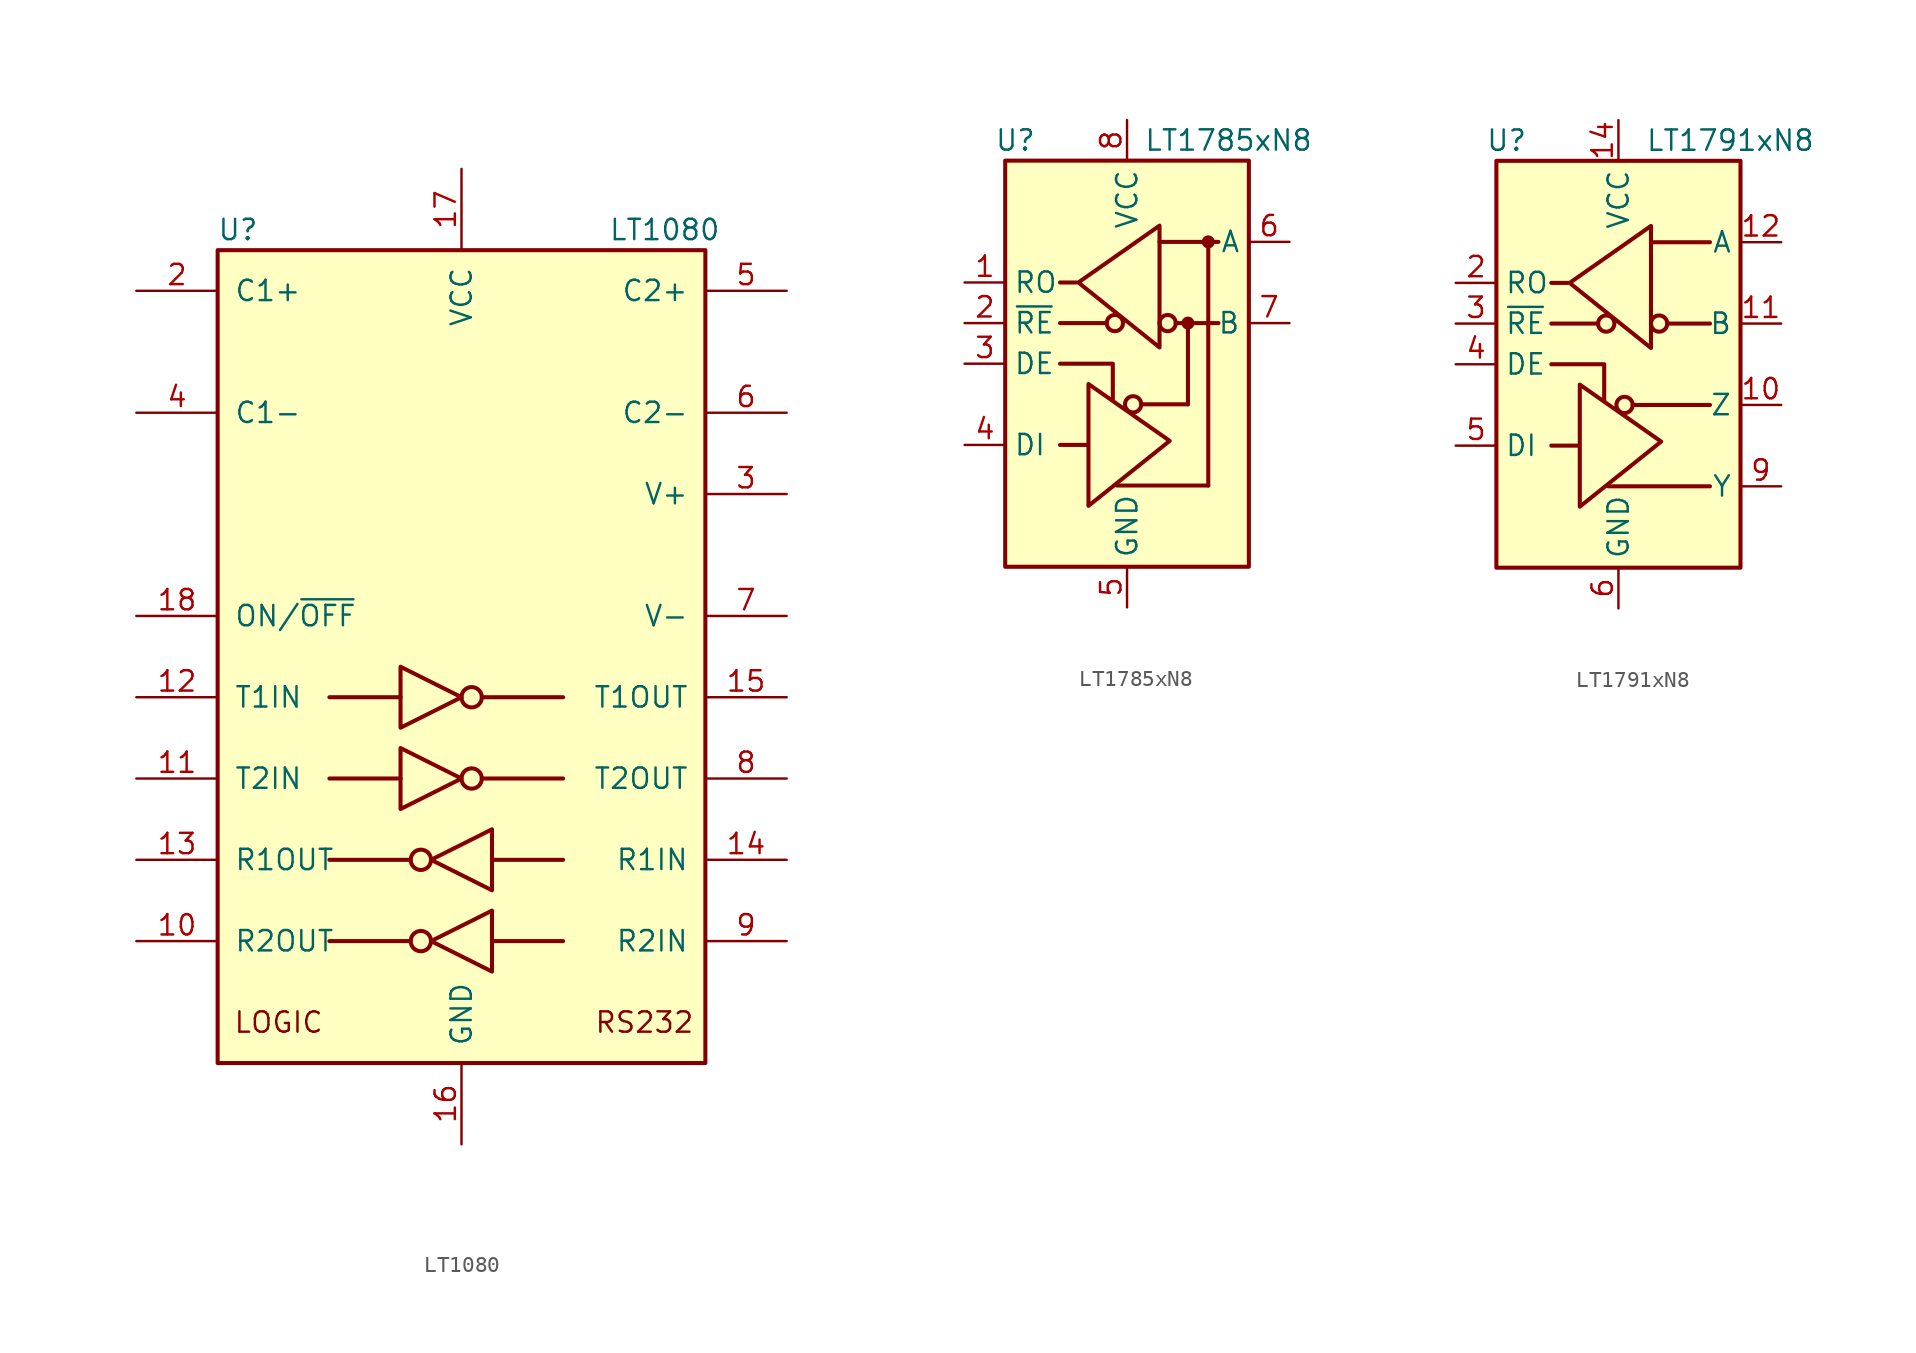
<source format=kicad_sym>
(kicad_symbol_lib
  (version 20201005)
  (generator kicad_symbol_editor)
  (symbol "Interface_UART:LT1080"
    (pin_names
      (offset 1.016))
    (property "Reference" "U"
      (at -13.97 26.67 0)
      (effects (font (size 1.27 1.27))))
    (property "Value" "LT1080"
      (at 12.7 26.67 0)
      (effects (font (size 1.27 1.27))))
    (symbol "LT1080_0_0"
      (text "LOGIC" (at -11.43 -22.86 0) (effects (font (size 1.27 1.27))))
      (text "RS232" (at 11.43 -22.86 0) (effects (font (size 1.27 1.27)))))
    (symbol "LT1080_0_1"
      (circle (center -2.54 -17.78) (radius 0.635) (stroke (width 0.254)) (fill (type none)))
      (circle (center -2.54 -12.7) (radius 0.635) (stroke (width 0.254)) (fill (type none)))
      (circle (center 0.635 -7.62) (radius 0.635) (stroke (width 0.254)) (fill (type none)))
      (circle (center 0.635 -2.54) (radius 0.635) (stroke (width 0.254)) (fill (type none)))
      (rectangle (start -15.24 -25.4) (end 15.24 25.4) (stroke (width 0.254)) (fill (type background)))
      (polyline (pts (xy -3.81 -7.62) (xy -8.255 -7.62)) (stroke (width 0.254)) (fill (type none)))
      (polyline (pts (xy -3.81 -2.54) (xy -8.255 -2.54)) (stroke (width 0.254)) (fill (type none)))
      (polyline (pts (xy -3.175 -17.78) (xy -8.255 -17.78)) (stroke (width 0.254)) (fill (type none)))
      (polyline (pts (xy -3.175 -12.7) (xy -8.255 -12.7)) (stroke (width 0.254)) (fill (type none)))
      (polyline (pts (xy 1.27 -7.62) (xy 6.35 -7.62)) (stroke (width 0.254)) (fill (type none)))
      (polyline (pts (xy 1.27 -2.54) (xy 6.35 -2.54)) (stroke (width 0.254)) (fill (type none)))
      (polyline (pts (xy 1.905 -17.78) (xy 6.35 -17.78)) (stroke (width 0.254)) (fill (type none)))
      (polyline (pts (xy 1.905 -12.7) (xy 6.35 -12.7)) (stroke (width 0.254)) (fill (type none)))
      (polyline (pts (xy -3.81 -5.715) (xy -3.81 -9.525) (xy 0 -7.62) (xy -3.81 -5.715)) (stroke (width 0.254)) (fill (type none)))
      (polyline (pts (xy -3.81 -0.635) (xy -3.81 -4.445) (xy 0 -2.54) (xy -3.81 -0.635)) (stroke (width 0.254)) (fill (type none)))
      (polyline (pts (xy 1.905 -15.875) (xy 1.905 -19.685) (xy -1.905 -17.78) (xy 1.905 -15.875)) (stroke (width 0.254)) (fill (type none)))
      (polyline (pts (xy 1.905 -10.795) (xy 1.905 -14.605) (xy -1.905 -12.7) (xy 1.905 -10.795)) (stroke (width 0.254)) (fill (type none))))
    (symbol "LT1080_1_1"
      (pin no_connect line (at -20.32 5.08 0) (length 5.08) hide (name "NC" (effects (font (size 1.27 1.27)))) (number "1" (effects (font (size 1.27 1.27)))))
      (pin output line (at -20.32 -17.78 0) (length 5.08) (name "R2OUT" (effects (font (size 1.27 1.27)))) (number "10" (effects (font (size 1.27 1.27)))))
      (pin input line (at -20.32 -7.62 0) (length 5.08) (name "T2IN" (effects (font (size 1.27 1.27)))) (number "11" (effects (font (size 1.27 1.27)))))
      (pin input line (at -20.32 -2.54 0) (length 5.08) (name "T1IN" (effects (font (size 1.27 1.27)))) (number "12" (effects (font (size 1.27 1.27)))))
      (pin output line (at -20.32 -12.7 0) (length 5.08) (name "R1OUT" (effects (font (size 1.27 1.27)))) (number "13" (effects (font (size 1.27 1.27)))))
      (pin input line (at 20.32 -12.7 180) (length 5.08) (name "R1IN" (effects (font (size 1.27 1.27)))) (number "14" (effects (font (size 1.27 1.27)))))
      (pin output line (at 20.32 -2.54 180) (length 5.08) (name "T1OUT" (effects (font (size 1.27 1.27)))) (number "15" (effects (font (size 1.27 1.27)))))
      (pin power_in line (at 0 -30.48 90) (length 5.08) (name "GND" (effects (font (size 1.27 1.27)))) (number "16" (effects (font (size 1.27 1.27)))))
      (pin power_in line (at 0 30.48 270) (length 5.08) (name "VCC" (effects (font (size 1.27 1.27)))) (number "17" (effects (font (size 1.27 1.27)))))
      (pin input line (at -20.32 2.54 0) (length 5.08) (name "ON/~OFF" (effects (font (size 1.27 1.27)))) (number "18" (effects (font (size 1.27 1.27)))))
      (pin passive line (at -20.32 22.86 0) (length 5.08) (name "C1+" (effects (font (size 1.27 1.27)))) (number "2" (effects (font (size 1.27 1.27)))))
      (pin power_out line (at 20.32 10.16 180) (length 5.08) (name "V+" (effects (font (size 1.27 1.27)))) (number "3" (effects (font (size 1.27 1.27)))))
      (pin passive line (at -20.32 15.24 0) (length 5.08) (name "C1-" (effects (font (size 1.27 1.27)))) (number "4" (effects (font (size 1.27 1.27)))))
      (pin passive line (at 20.32 22.86 180) (length 5.08) (name "C2+" (effects (font (size 1.27 1.27)))) (number "5" (effects (font (size 1.27 1.27)))))
      (pin passive line (at 20.32 15.24 180) (length 5.08) (name "C2-" (effects (font (size 1.27 1.27)))) (number "6" (effects (font (size 1.27 1.27)))))
      (pin power_out line (at 20.32 2.54 180) (length 5.08) (name "V-" (effects (font (size 1.27 1.27)))) (number "7" (effects (font (size 1.27 1.27)))))
      (pin output line (at 20.32 -7.62 180) (length 5.08) (name "T2OUT" (effects (font (size 1.27 1.27)))) (number "8" (effects (font (size 1.27 1.27)))))
      (pin input line (at 20.32 -17.78 180) (length 5.08) (name "R2IN" (effects (font (size 1.27 1.27)))) (number "9" (effects (font (size 1.27 1.27)))))))
  (symbol "Interface_UART:LT1785xN8"
    (property "Reference" "U"
      (at -6.985 13.97 0)
      (effects (font (size 1.27 1.27))))
    (property "Value" "LT1785xN8"
      (at 6.35 13.97 0)
      (effects (font (size 1.27 1.27))))
    (symbol "LT1785xN8_0_1"
      (rectangle (start -7.62 12.7) (end 7.62 -12.7) (stroke (width 0.254)) (fill (type background))))
    (symbol "LT1785xN8_1_1"
      (circle (center -0.762 2.54) (radius 0.508) (stroke (width 0.254)) (fill (type none)))
      (circle (center 0.381 -2.54) (radius 0.508) (stroke (width 0.254)) (fill (type none)))
      (circle (center 2.54 2.54) (radius 0.508) (stroke (width 0.254)) (fill (type none)))
      (circle (center 3.81 2.54) (radius 0.279) (stroke (width 0.254)) (fill (type outline)))
      (circle (center 5.08 7.62) (radius 0.279) (stroke (width 0.254)) (fill (type outline)))
      (polyline (pts (xy -4.191 2.54) (xy -1.27 2.54)) (stroke (width 0.254)) (fill (type none)))
      (polyline (pts (xy -2.54 -5.08) (xy -4.191 -5.08)) (stroke (width 0.254)) (fill (type none)))
      (polyline (pts (xy -0.635 -7.62) (xy 5.08 -7.62)) (stroke (width 0.254)) (fill (type none)))
      (polyline (pts (xy 0.889 -2.54) (xy 3.81 -2.54)) (stroke (width 0.254)) (fill (type none)))
      (polyline (pts (xy 2.032 7.62) (xy 5.715 7.62)) (stroke (width 0.254)) (fill (type none)))
      (polyline (pts (xy 3.048 2.54) (xy 5.715 2.54)) (stroke (width 0.254)) (fill (type none)))
      (polyline (pts (xy 3.81 -2.54) (xy 3.81 2.54)) (stroke (width 0.254)) (fill (type none)))
      (polyline (pts (xy 5.08 -7.62) (xy 5.08 7.62)) (stroke (width 0.254)) (fill (type none)))
      (polyline (pts (xy -4.191 0) (xy -0.889 0) (xy -0.889 -2.286)) (stroke (width 0.254)) (fill (type none)))
      (polyline (pts (xy -3.175 5.08) (xy -4.191 5.08) (xy -4.064 5.08)) (stroke (width 0.254)) (fill (type none)))
      (polyline (pts (xy -2.413 -5.08) (xy -2.413 -1.27) (xy 2.667 -4.826) (xy -2.413 -8.89) (xy -2.413 -5.08)) (stroke (width 0.254)) (fill (type none)))
      (polyline (pts (xy 2.032 4.826) (xy 2.032 8.636) (xy -3.048 5.08) (xy 2.032 1.016) (xy 2.032 4.826)) (stroke (width 0.254)) (fill (type none)))
      (pin output line (at -10.16 5.08 0) (length 2.54) (name "RO" (effects (font (size 1.27 1.27)))) (number "1" (effects (font (size 1.27 1.27)))))
      (pin input line (at -10.16 2.54 0) (length 2.54) (name "~RE" (effects (font (size 1.27 1.27)))) (number "2" (effects (font (size 1.27 1.27)))))
      (pin input line (at -10.16 0 0) (length 2.54) (name "DE" (effects (font (size 1.27 1.27)))) (number "3" (effects (font (size 1.27 1.27)))))
      (pin input line (at -10.16 -5.08 0) (length 2.54) (name "DI" (effects (font (size 1.27 1.27)))) (number "4" (effects (font (size 1.27 1.27)))))
      (pin power_in line (at 0 -15.24 90) (length 2.54) (name "GND" (effects (font (size 1.27 1.27)))) (number "5" (effects (font (size 1.27 1.27)))))
      (pin bidirectional line (at 10.16 7.62 180) (length 2.54) (name "A" (effects (font (size 1.27 1.27)))) (number "6" (effects (font (size 1.27 1.27)))))
      (pin bidirectional line (at 10.16 2.54 180) (length 2.54) (name "B" (effects (font (size 1.27 1.27)))) (number "7" (effects (font (size 1.27 1.27)))))
      (pin power_in line (at 0 15.24 270) (length 2.54) (name "VCC" (effects (font (size 1.27 1.27)))) (number "8" (effects (font (size 1.27 1.27)))))))
  (symbol "Interface_UART:LT1791xN8"
    (property "Reference" "U"
      (at -6.985 13.97 0)
      (effects (font (size 1.27 1.27))))
    (property "Value" "LT1791xN8"
      (at 6.985 13.97 0)
      (effects (font (size 1.27 1.27))))
    (symbol "LT1791xN8_0_1"
      (rectangle (start -7.62 12.7) (end 7.62 -12.7) (stroke (width 0.254)) (fill (type background))))
    (symbol "LT1791xN8_1_1"
      (circle (center -0.762 2.54) (radius 0.508) (stroke (width 0.254)) (fill (type none)))
      (circle (center 0.381 -2.54) (radius 0.508) (stroke (width 0.254)) (fill (type none)))
      (circle (center 2.54 2.54) (radius 0.508) (stroke (width 0.254)) (fill (type none)))
      (polyline (pts (xy -4.191 2.54) (xy -1.27 2.54)) (stroke (width 0.254)) (fill (type none)))
      (polyline (pts (xy -2.54 -5.08) (xy -4.191 -5.08)) (stroke (width 0.254)) (fill (type none)))
      (polyline (pts (xy -0.635 -7.62) (xy 5.715 -7.62)) (stroke (width 0.254)) (fill (type none)))
      (polyline (pts (xy 0.889 -2.54) (xy 5.715 -2.54)) (stroke (width 0.254)) (fill (type none)))
      (polyline (pts (xy 2.032 7.62) (xy 5.715 7.62)) (stroke (width 0.254)) (fill (type none)))
      (polyline (pts (xy 3.048 2.54) (xy 5.715 2.54)) (stroke (width 0.254)) (fill (type none)))
      (polyline (pts (xy -4.191 0) (xy -0.889 0) (xy -0.889 -2.286)) (stroke (width 0.254)) (fill (type none)))
      (polyline (pts (xy -3.175 5.08) (xy -4.191 5.08) (xy -4.064 5.08)) (stroke (width 0.254)) (fill (type none)))
      (polyline (pts (xy -2.413 -5.08) (xy -2.413 -1.27) (xy 2.667 -4.826) (xy -2.413 -8.89) (xy -2.413 -5.08)) (stroke (width 0.254)) (fill (type none)))
      (polyline (pts (xy 2.032 4.826) (xy 2.032 8.636) (xy -3.048 5.08) (xy 2.032 1.016) (xy 2.032 4.826)) (stroke (width 0.254)) (fill (type none)))
      (pin no_connect line (at -7.62 -10.16 0) (length 2.54) hide (name "NC" (effects (font (size 1.27 1.27)))) (number "1" (effects (font (size 1.27 1.27)))))
      (pin output line (at 10.16 -2.54 180) (length 2.54) (name "Z" (effects (font (size 1.27 1.27)))) (number "10" (effects (font (size 1.27 1.27)))))
      (pin input line (at 10.16 2.54 180) (length 2.54) (name "B" (effects (font (size 1.27 1.27)))) (number "11" (effects (font (size 1.27 1.27)))))
      (pin input line (at 10.16 7.62 180) (length 2.54) (name "A" (effects (font (size 1.27 1.27)))) (number "12" (effects (font (size 1.27 1.27)))))
      (pin no_connect line (at -7.62 7.62 0) (length 2.54) hide (name "NC" (effects (font (size 1.27 1.27)))) (number "13" (effects (font (size 1.27 1.27)))))
      (pin power_in line (at 0 15.24 270) (length 2.54) (name "VCC" (effects (font (size 1.27 1.27)))) (number "14" (effects (font (size 1.27 1.27)))))
      (pin output line (at -10.16 5.08 0) (length 2.54) (name "RO" (effects (font (size 1.27 1.27)))) (number "2" (effects (font (size 1.27 1.27)))))
      (pin input line (at -10.16 2.54 0) (length 2.54) (name "~RE" (effects (font (size 1.27 1.27)))) (number "3" (effects (font (size 1.27 1.27)))))
      (pin input line (at -10.16 0 0) (length 2.54) (name "DE" (effects (font (size 1.27 1.27)))) (number "4" (effects (font (size 1.27 1.27)))))
      (pin input line (at -10.16 -5.08 0) (length 2.54) (name "DI" (effects (font (size 1.27 1.27)))) (number "5" (effects (font (size 1.27 1.27)))))
      (pin power_in line (at 0 -15.24 90) (length 2.54) (name "GND" (effects (font (size 1.27 1.27)))) (number "6" (effects (font (size 1.27 1.27)))))
      (pin passive line (at 0 -15.24 90) (length 2.54) hide (name "GND" (effects (font (size 1.27 1.27)))) (number "7" (effects (font (size 1.27 1.27)))))
      (pin no_connect line (at -7.62 -7.62 0) (length 2.54) hide (name "NC" (effects (font (size 1.27 1.27)))) (number "8" (effects (font (size 1.27 1.27)))))
      (pin output line (at 10.16 -7.62 180) (length 2.54) (name "Y" (effects (font (size 1.27 1.27)))) (number "9" (effects (font (size 1.27 1.27))))))))
</source>
